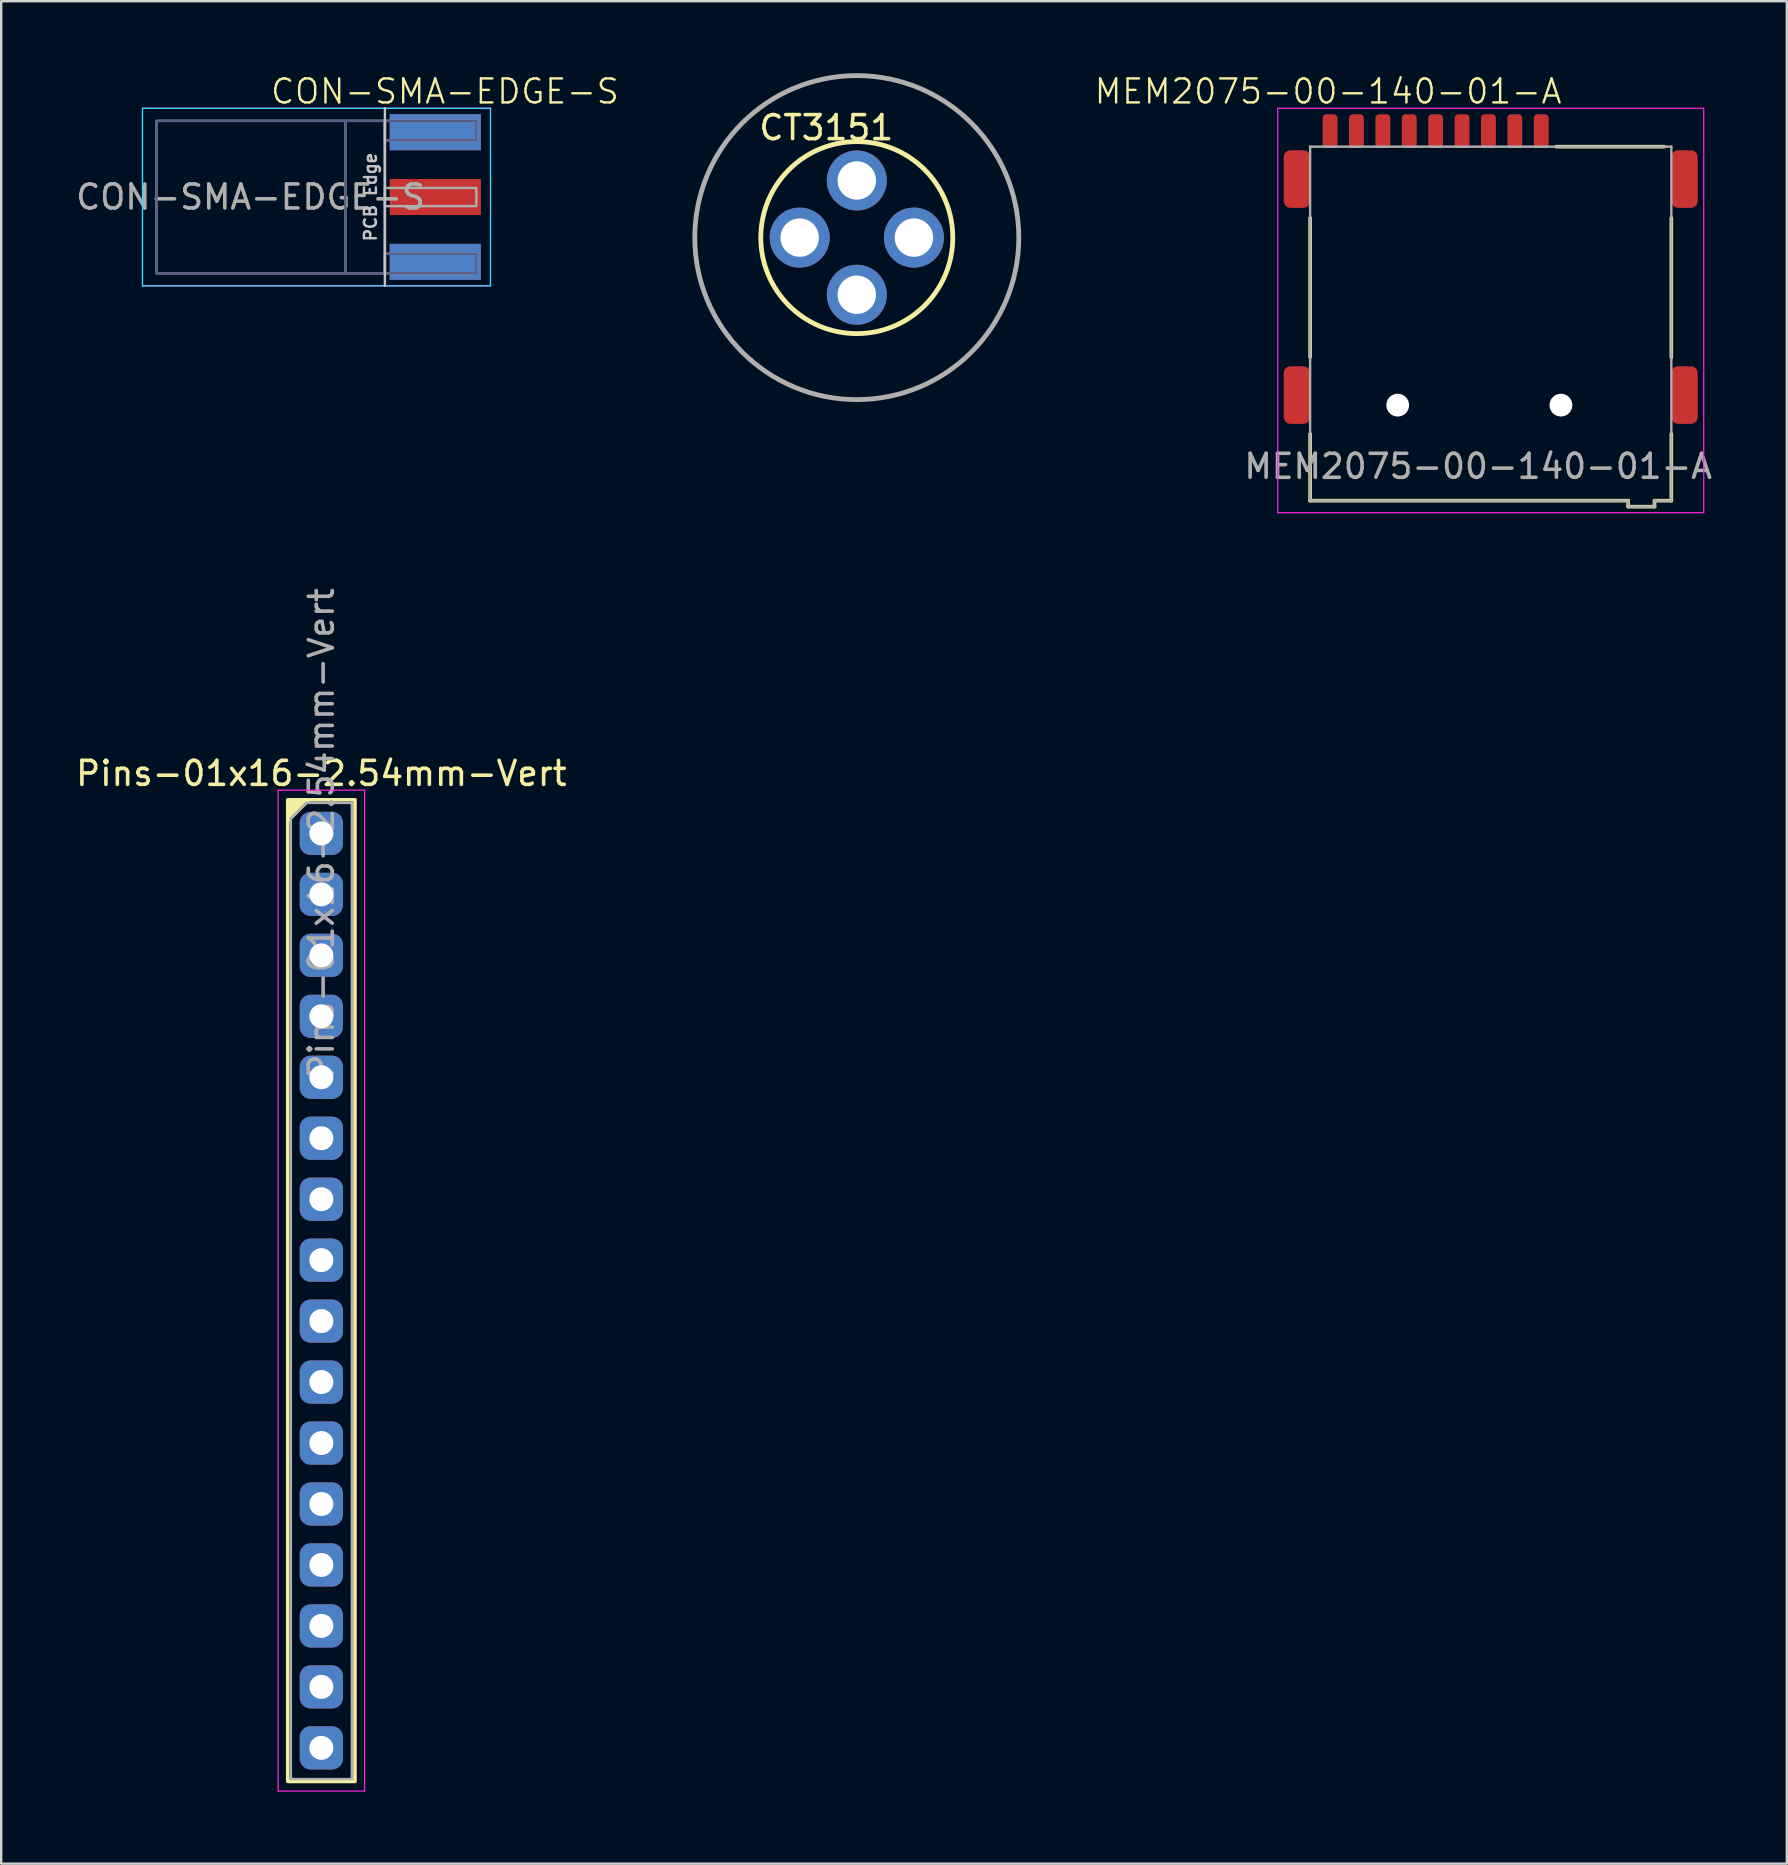
<source format=kicad_pcb>
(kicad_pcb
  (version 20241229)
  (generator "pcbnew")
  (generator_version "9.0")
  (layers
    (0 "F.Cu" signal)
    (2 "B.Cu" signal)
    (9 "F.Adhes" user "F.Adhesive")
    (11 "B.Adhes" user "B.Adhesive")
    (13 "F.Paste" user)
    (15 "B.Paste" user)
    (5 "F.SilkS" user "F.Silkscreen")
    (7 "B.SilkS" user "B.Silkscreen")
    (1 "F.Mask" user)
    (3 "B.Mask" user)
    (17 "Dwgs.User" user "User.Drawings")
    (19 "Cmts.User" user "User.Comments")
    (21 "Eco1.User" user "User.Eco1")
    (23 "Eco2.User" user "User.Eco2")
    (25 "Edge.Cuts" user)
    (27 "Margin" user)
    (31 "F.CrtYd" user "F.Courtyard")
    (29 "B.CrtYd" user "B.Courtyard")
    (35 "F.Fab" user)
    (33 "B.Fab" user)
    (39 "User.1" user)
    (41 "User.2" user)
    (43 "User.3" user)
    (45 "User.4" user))
  (footprint "MEM2075-00-140-01-A"
    (layer "F.Cu")
    (at 58.587 13.81)
    (property "Reference" "MEM2075-00-140-01-A" (at -6.3 -13.05 0) (unlocked yes) (layer "F.SilkS") (effects (font (size 1 1) (thickness 0.1))))
    (attr smd)
    (fp_line (start -7.05 -1.98) (end -7.05 -7.78) (stroke (width 0.15) (type solid)) (layer "F.SilkS"))
    (fp_line (start -7.05 4) (end -7.05 1.22) (stroke (width 0.15) (type solid)) (layer "F.SilkS"))
    (fp_line (start -7.05 4) (end 6.2 4) (stroke (width 0.15) (type solid)) (layer "F.SilkS"))
    (fp_line (start 3.2 -10.75) (end 7.7 -10.75) (stroke (width 0.15) (type solid)) (layer "F.SilkS"))
    (fp_line (start 6.2 4) (end 6.2 4.25) (stroke (width 0.15) (type solid)) (layer "F.SilkS"))
    (fp_line (start 6.2 4.25) (end 7.3 4.25) (stroke (width 0.15) (type solid)) (layer "F.SilkS"))
    (fp_line (start 7.3 4) (end 8 4) (stroke (width 0.15) (type solid)) (layer "F.SilkS"))
    (fp_line (start 7.3 4.25) (end 7.3 4) (stroke (width 0.15) (type solid)) (layer "F.SilkS"))
    (fp_line (start 8 -1.98) (end 8 -7.78) (stroke (width 0.15) (type solid)) (layer "F.SilkS"))
    (fp_line (start 8 4) (end 8 1.22) (stroke (width 0.15) (type solid)) (layer "F.SilkS"))
    (fp_line (start -8.4 -12.35) (end 9.35 -12.35) (stroke (width 0.05) (type solid)) (layer "F.CrtYd"))
    (fp_line (start -8.4 4.5) (end -8.4 -12.35) (stroke (width 0.05) (type solid)) (layer "F.CrtYd"))
    (fp_line (start -8.4 4.5) (end 9.35 4.5) (stroke (width 0.05) (type solid)) (layer "F.CrtYd"))
    (fp_line (start 9.35 -12.35) (end 9.35 4.5) (stroke (width 0.05) (type solid)) (layer "F.CrtYd"))
    (fp_line (start -7.05 -10.75) (end 8 -10.75) (stroke (width 0.1) (type solid)) (layer "F.Fab"))
    (fp_line (start -7.05 4) (end -7.05 -10.75) (stroke (width 0.1) (type solid)) (layer "F.Fab"))
    (fp_line (start -7.05 4) (end 6.2 4) (stroke (width 0.1) (type solid)) (layer "F.Fab"))
    (fp_line (start 6.2 4) (end 6.2 4.25) (stroke (width 0.1) (type solid)) (layer "F.Fab"))
    (fp_line (start 6.2 4.25) (end 7.3 4.25) (stroke (width 0.1) (type solid)) (layer "F.Fab"))
    (fp_line (start 7.3 4) (end 8 4) (stroke (width 0.1) (type solid)) (layer "F.Fab"))
    (fp_line (start 7.3 4.25) (end 7.3 4) (stroke (width 0.1) (type solid)) (layer "F.Fab"))
    (fp_line (start 8 4) (end 8 -10.75) (stroke (width 0.1) (type solid)) (layer "F.Fab"))
    (fp_text user "${REFERENCE}" (at -0.05 2.57 0) (unlocked yes) (layer "F.Fab") (effects (font (size 1 1) (thickness 0.15))))
    (pad "" np_thru_hole circle (at -3.4 0.02) (size 0.95 0.95) (drill 0.95) (layers "*.Cu" "*.Mask"))
    (pad "" np_thru_hole circle (at 3.4 0.02) (size 0.95 0.95) (drill 0.95) (layers "*.Cu" "*.Mask"))
    (pad "1" smd roundrect (at 2.58 -11.4) (size 0.62 1.4) (layers "F.Cu" "F.Mask" "F.Paste") (roundrect_rratio 0.25))
    (pad "2" smd roundrect (at 1.48 -11.4) (size 0.62 1.4) (layers "F.Cu" "F.Mask" "F.Paste") (roundrect_rratio 0.25))
    (pad "3" smd roundrect (at 0.38 -11.4) (size 0.62 1.4) (layers "F.Cu" "F.Mask" "F.Paste") (roundrect_rratio 0.25))
    (pad "4" smd roundrect (at -0.72 -11.4) (size 0.62 1.4) (layers "F.Cu" "F.Mask" "F.Paste") (roundrect_rratio 0.25))
    (pad "5" smd roundrect (at -1.82 -11.4) (size 0.62 1.4) (layers "F.Cu" "F.Mask" "F.Paste") (roundrect_rratio 0.25))
    (pad "6" smd roundrect (at -2.92 -11.4) (size 0.62 1.4) (layers "F.Cu" "F.Mask" "F.Paste") (roundrect_rratio 0.25))
    (pad "7" smd roundrect (at -4.02 -11.4) (size 0.62 1.4) (layers "F.Cu" "F.Mask" "F.Paste") (roundrect_rratio 0.25))
    (pad "8" smd roundrect (at -5.12 -11.4) (size 0.62 1.4) (layers "F.Cu" "F.Mask" "F.Paste") (roundrect_rratio 0.25))
    (pad "9" smd roundrect (at -6.22 -11.4) (size 0.62 1.4) (layers "F.Cu" "F.Mask" "F.Paste") (roundrect_rratio 0.25))
    (pad "S" smd roundrect (at -7.6 -9.4) (size 1.1 2.4) (layers "F.Cu" "F.Mask" "F.Paste") (roundrect_rratio 0.25))
    (pad "S" smd roundrect (at -7.6 -0.4) (size 1.1 2.4) (layers "F.Cu" "F.Mask" "F.Paste") (roundrect_rratio 0.25))
    (pad "S" smd roundrect (at 8.55 -9.4) (size 1.1 2.4) (layers "F.Cu" "F.Mask" "F.Paste") (roundrect_rratio 0.25))
    (pad "S" smd roundrect (at 8.55 -0.4) (size 1.1 2.4) (layers "F.Cu" "F.Mask" "F.Paste") (roundrect_rratio 0.25))
    (zone (net_name "") (layer "F.Cu") (hatch full 0.508) (connect_pads) (min_thickness 0.01) (filled_areas_thickness no) (keepout (tracks not_allowed) (vias not_allowed) (pads not_allowed) (copperpour not_allowed) (footprints allowed)) (placement (enabled no)) (fill) (polygon (pts (xy 51.537 5.91) (xy 61.737 5.91) (xy 61.737 9.96) (xy 51.537 9.96)))))
  (footprint "CT3151"
    (layer "F.Cu")
    (at 32.649 6.85)
    (property "Reference" "CT3151" (at -1.27 -4.58 0) (layer "F.SilkS") (effects (font (size 1 1) (thickness 0.15))))
    (attr through_hole)
    (fp_circle (center 0 0) (end 4 0) (stroke (width 0.2) (type solid)) (fill no) (layer "F.SilkS"))
    (fp_circle (center 0 0) (end 6.75 0) (stroke (width 0.2) (type solid)) (fill no) (layer "F.Fab"))
    (pad "1" thru_hole circle (at -2.38 0) (size 2.5 2.5) (drill 1.6) (layers "*.Cu" "*.Mask"))
    (pad "1" thru_hole circle (at 0 -2.38) (size 2.5 2.5) (drill 1.6) (layers "*.Cu" "*.Mask"))
    (pad "1" thru_hole circle (at 0 2.38) (size 2.5 2.5) (drill 1.6) (layers "*.Cu" "*.Mask"))
    (pad "1" thru_hole circle (at 2.38 0) (size 2.5 2.5) (drill 1.6) (layers "*.Cu" "*.Mask")))
  (footprint "CON-SMA-EDGE-S"
    (layer "F.Cu")
    (at 12.987 5.16)
    (property "Reference" "CON-SMA-EDGE-S" (at 2.5 -4.4 0) (unlocked yes) (layer "F.SilkS") (effects (font (size 1 1) (thickness 0.1))))
    (fp_line (start 0 -3.7) (end 0 3.7) (stroke (width 0.1) (type default)) (layer "Dwgs.User"))
    (fp_line (start -10.1 -3.7) (end 4.4 -3.7) (stroke (width 0.05) (type solid)) (layer "B.CrtYd"))
    (fp_line (start -10.1 3.7) (end -10.1 -3.7) (stroke (width 0.05) (type solid)) (layer "B.CrtYd"))
    (fp_line (start 4.4 -3.7) (end 4.4 3.7) (stroke (width 0.05) (type solid)) (layer "B.CrtYd"))
    (fp_line (start 4.4 3.7) (end -10.1 3.7) (stroke (width 0.05) (type solid)) (layer "B.CrtYd"))
    (fp_line (start -10.1 -3.7) (end 4.4 -3.7) (stroke (width 0.05) (type solid)) (layer "F.CrtYd"))
    (fp_line (start -10.1 3.7) (end -10.1 -3.7) (stroke (width 0.05) (type solid)) (layer "F.CrtYd"))
    (fp_line (start 4.4 -3.7) (end 4.4 3.7) (stroke (width 0.05) (type solid)) (layer "F.CrtYd"))
    (fp_line (start 4.4 3.7) (end -10.1 3.7) (stroke (width 0.05) (type solid)) (layer "F.CrtYd"))
    (fp_line (start -1.65 3.175) (end -1.65 -3.175) (stroke (width 0.1) (type solid)) (layer "B.Fab"))
    (fp_rect (start -9.52 -3.175) (end 0 3.175) (stroke (width 0.1) (type default)) (fill no) (layer "B.Fab"))
    (fp_rect (start 0 -3.175) (end 3.81 -2.365) (stroke (width 0.1) (type default)) (fill no) (layer "B.Fab"))
    (fp_rect (start 0 3.175) (end 3.81 2.365) (stroke (width 0.1) (type default)) (fill no) (layer "B.Fab"))
    (fp_line (start -1.65 3.175) (end -1.65 -3.175) (stroke (width 0.1) (type solid)) (layer "F.Fab"))
    (fp_rect (start -9.52 -3.175) (end 0 3.175) (stroke (width 0.1) (type default)) (fill no) (layer "F.Fab"))
    (fp_rect (start 0 -3.175) (end 3.81 -2.365) (stroke (width 0.1) (type default)) (fill no) (layer "F.Fab"))
    (fp_rect (start 0 -0.38) (end 3.81 0.38) (stroke (width 0.1) (type default)) (fill no) (layer "F.Fab"))
    (fp_rect (start 0 3.175) (end 3.81 2.365) (stroke (width 0.1) (type default)) (fill no) (layer "F.Fab"))
    (fp_text user "PCB Edge" (at -0.6 0 90) (unlocked yes) (layer "Dwgs.User") (effects (font (size 0.5 0.5) (thickness 0.1))))
    (fp_text user "${REFERENCE}" (at -5.6 0 0) (unlocked yes) (layer "F.Fab") (effects (font (size 1 1) (thickness 0.15))))
    (pad "1" smd rect (at 2.1 0) (size 3.8 1.5) (layers "F.Cu" "F.Mask" "F.Paste"))
    (pad "S" smd rect (at 2.1 -2.7) (size 3.8 1.5) (layers "F.Cu" "F.Mask" "F.Paste"))
    (pad "S" smd rect (at 2.1 -2.7) (size 3.8 1.5) (layers "B.Cu" "B.Mask" "B.Paste"))
    (pad "S" smd rect (at 2.1 2.7) (size 3.8 1.5) (layers "F.Cu" "F.Mask" "F.Paste"))
    (pad "S" smd rect (at 2.1 2.7) (size 3.8 1.5) (layers "B.Cu" "B.Mask" "B.Paste")))
  (footprint "Pins-01x16-2.54mm-Vert"
    (layer "F.Cu")
    (at 10.339 31.675)
    (property "Reference" "Pins-01x16-2.54mm-Vert" (at 0 -2.5 0) (unlocked yes) (layer "F.SilkS") (effects (font (size 1 1) (thickness 0.15))))
    (attr through_hole)
    (fp_rect (start -1.4 -1.4) (end 1.4 39.5) (stroke (width 0.15) (type default)) (fill no) (layer "F.SilkS"))
    (fp_poly (pts (xy -1.4 -0.5) (xy -1.4 -1.4) (xy -0.5 -1.4)) (stroke (width 0.12) (type solid)) (fill yes) (layer "F.SilkS"))
    (fp_line (start -1.8 -1.8) (end -1.8 39.9) (stroke (width 0.05) (type solid)) (layer "F.CrtYd"))
    (fp_line (start -1.8 39.9) (end 1.8 39.9) (stroke (width 0.05) (type solid)) (layer "F.CrtYd"))
    (fp_line (start 1.8 -1.8) (end -1.8 -1.8) (stroke (width 0.05) (type solid)) (layer "F.CrtYd"))
    (fp_line (start 1.8 39.9) (end 1.8 -1.8) (stroke (width 0.05) (type solid)) (layer "F.CrtYd"))
    (fp_line (start -1.27 -0.635) (end -0.635 -1.27) (stroke (width 0.1) (type solid)) (layer "F.Fab"))
    (fp_line (start -1.27 39.4) (end -1.27 -0.635) (stroke (width 0.1) (type solid)) (layer "F.Fab"))
    (fp_line (start -0.635 -1.27) (end 1.27 -1.27) (stroke (width 0.1) (type solid)) (layer "F.Fab"))
    (fp_line (start 1.27 -1.27) (end 1.27 39.4) (stroke (width 0.1) (type solid)) (layer "F.Fab"))
    (fp_line (start 1.27 39.4) (end -1.27 39.4) (stroke (width 0.1) (type solid)) (layer "F.Fab"))
    (fp_text user "${REFERENCE}" (at 0 0 90) (layer "F.Fab") (effects (font (size 1 1) (thickness 0.15))))
    (pad "1" thru_hole roundrect (at 0 0) (size 1.8 1.8) (drill 1) (layers "*.Cu" "*.Mask") (roundrect_rratio 0.25))
    (pad "2" thru_hole roundrect (at 0 2.54) (size 1.8 1.8) (drill 1) (layers "*.Cu" "*.Mask") (roundrect_rratio 0.25))
    (pad "3" thru_hole roundrect (at 0 5.08) (size 1.8 1.8) (drill 1) (layers "*.Cu" "*.Mask") (roundrect_rratio 0.25))
    (pad "4" thru_hole roundrect (at 0 7.62) (size 1.8 1.8) (drill 1) (layers "*.Cu" "*.Mask") (roundrect_rratio 0.25))
    (pad "5" thru_hole roundrect (at 0 10.16) (size 1.8 1.8) (drill 1) (layers "*.Cu" "*.Mask") (roundrect_rratio 0.25))
    (pad "6" thru_hole roundrect (at 0 12.7) (size 1.8 1.8) (drill 1) (layers "*.Cu" "*.Mask") (roundrect_rratio 0.25))
    (pad "7" thru_hole roundrect (at 0 15.24) (size 1.8 1.8) (drill 1) (layers "*.Cu" "*.Mask") (roundrect_rratio 0.25))
    (pad "8" thru_hole roundrect (at 0 17.78) (size 1.8 1.8) (drill 1) (layers "*.Cu" "*.Mask") (roundrect_rratio 0.25))
    (pad "9" thru_hole roundrect (at 0 20.32) (size 1.8 1.8) (drill 1) (layers "*.Cu" "*.Mask") (roundrect_rratio 0.25))
    (pad "10" thru_hole roundrect (at 0 22.86) (size 1.8 1.8) (drill 1) (layers "*.Cu" "*.Mask") (roundrect_rratio 0.25))
    (pad "11" thru_hole roundrect (at 0 25.4) (size 1.8 1.8) (drill 1) (layers "*.Cu" "*.Mask") (roundrect_rratio 0.25))
    (pad "12" thru_hole roundrect (at 0 27.94) (size 1.8 1.8) (drill 1) (layers "*.Cu" "*.Mask") (roundrect_rratio 0.25))
    (pad "13" thru_hole roundrect (at 0 30.48) (size 1.8 1.8) (drill 1) (layers "*.Cu" "*.Mask") (roundrect_rratio 0.25))
    (pad "14" thru_hole roundrect (at 0 33.02) (size 1.8 1.8) (drill 1) (layers "*.Cu" "*.Mask") (roundrect_rratio 0.25))
    (pad "15" thru_hole roundrect (at 0 35.56) (size 1.8 1.8) (drill 1) (layers "*.Cu" "*.Mask") (roundrect_rratio 0.25))
    (pad "16" thru_hole roundrect (at 0 38.1) (size 1.8 1.8) (drill 1) (layers "*.Cu" "*.Mask") (roundrect_rratio 0.25)))
  (gr_rect
    (start -3 -3)
    (end 71.4 74.6)
    (stroke (width 0.1) (type default))
    (fill no)
    (layer "Edge.Cuts")))
</source>
